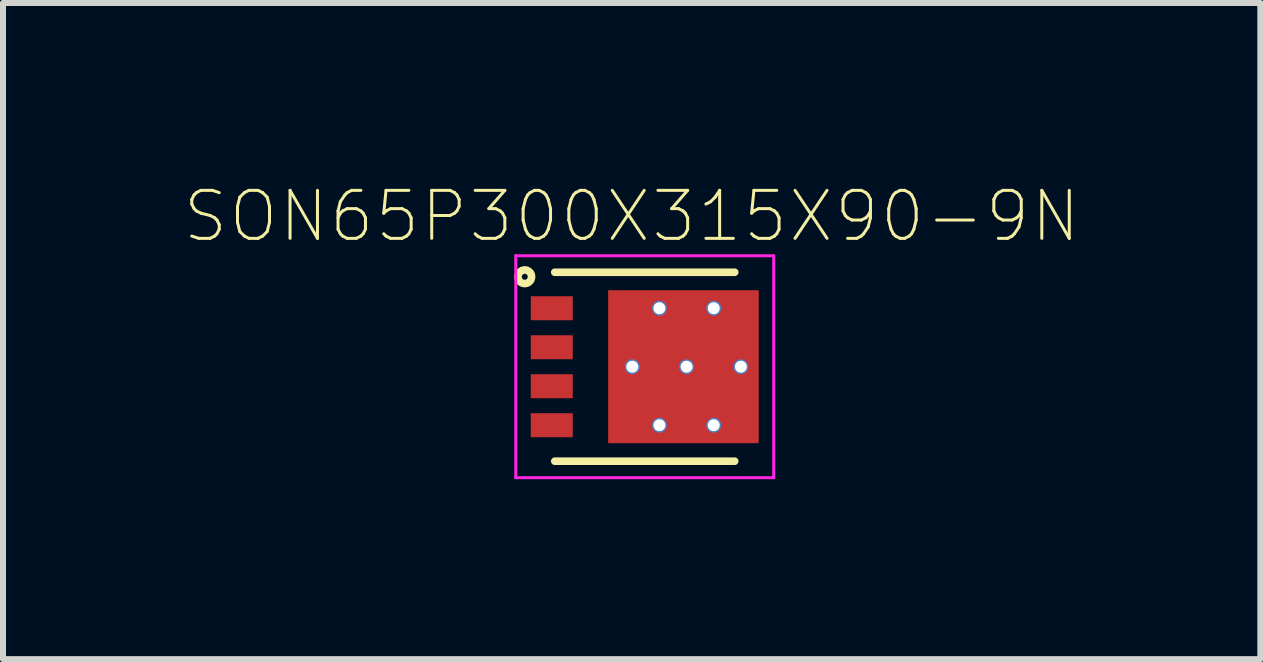
<source format=kicad_pcb>
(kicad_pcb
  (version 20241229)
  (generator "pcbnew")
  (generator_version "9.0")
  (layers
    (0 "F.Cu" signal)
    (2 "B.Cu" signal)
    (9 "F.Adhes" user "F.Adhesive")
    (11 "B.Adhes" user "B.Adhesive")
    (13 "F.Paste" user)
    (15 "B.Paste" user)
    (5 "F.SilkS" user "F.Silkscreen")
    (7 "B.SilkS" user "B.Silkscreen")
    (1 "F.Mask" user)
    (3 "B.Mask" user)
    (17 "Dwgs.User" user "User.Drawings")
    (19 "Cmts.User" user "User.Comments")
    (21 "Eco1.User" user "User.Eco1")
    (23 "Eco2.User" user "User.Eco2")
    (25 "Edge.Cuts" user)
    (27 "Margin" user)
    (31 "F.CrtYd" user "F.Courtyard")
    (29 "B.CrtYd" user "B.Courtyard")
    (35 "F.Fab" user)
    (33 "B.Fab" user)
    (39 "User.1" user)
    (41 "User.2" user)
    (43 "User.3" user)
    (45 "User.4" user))
  (footprint "SON65P300X315X90-9N"
    (layer "F.Cu")
    (at 7.699 3.064)
    (property "Reference" "SON65P300X315X90-9N" (at -0.218 -2.508 0) (layer "F.SilkS") (effects (font (size 0.8 0.8) (thickness 0.05))))
    (attr through_hole)
    (fp_poly (pts (xy -1.853 0.825) (xy -1.25 0.825) (xy -1.25 1.127) (xy -1.853 1.127)) (stroke (width 0) (type solid)) (fill yes) (layer "F.Mask"))
    (fp_poly (pts (xy -1.853 0.175) (xy -1.25 0.175) (xy -1.25 0.476) (xy -1.853 0.476)) (stroke (width 0) (type solid)) (fill yes) (layer "F.Mask"))
    (fp_poly (pts (xy -1.852 -1.125) (xy -1.25 -1.125) (xy -1.25 -0.826) (xy -1.852 -0.826)) (stroke (width 0) (type solid)) (fill yes) (layer "F.Mask"))
    (fp_poly (pts (xy -1.851 -0.475) (xy -1.25 -0.475) (xy -1.25 -0.175) (xy -1.851 -0.175)) (stroke (width 0) (type solid)) (fill yes) (layer "F.Mask"))
    (fp_poly (pts (xy -0.56 -1.225) (xy 1.215 -1.225) (xy 1.215 1.225) (xy -0.56 1.225)) (stroke (width 0) (type solid)) (fill yes) (layer "F.Mask"))
    (fp_poly (pts (xy 1.217 -1.125) (xy 1.85 -1.125) (xy 1.85 -0.826) (xy 1.217 -0.826)) (stroke (width 0) (type solid)) (fill yes) (layer "F.Mask"))
    (fp_poly (pts (xy 1.217 0.825) (xy 1.85 0.825) (xy 1.85 1.127) (xy 1.217 1.127)) (stroke (width 0) (type solid)) (fill yes) (layer "F.Mask"))
    (fp_poly (pts (xy 1.217 -0.475) (xy 1.85 -0.475) (xy 1.85 -0.175) (xy 1.217 -0.175)) (stroke (width 0) (type solid)) (fill yes) (layer "F.Mask"))
    (fp_poly (pts (xy 1.217 0.175) (xy 1.85 0.175) (xy 1.85 0.476) (xy 1.217 0.476)) (stroke (width 0) (type solid)) (fill yes) (layer "F.Mask"))
    (fp_line (start -1.5 -1.575) (end 1.5 -1.575) (stroke (width 0.127) (type solid)) (layer "F.SilkS"))
    (fp_line (start 1.5 1.575) (end -1.5 1.575) (stroke (width 0.127) (type solid)) (layer "F.SilkS"))
    (fp_circle (center -2 -1.5) (end -1.95 -1.5) (stroke (width 0.127) (type solid)) (fill no) (layer "F.SilkS"))
    (fp_poly (pts (xy -1.853 -0.475) (xy -1.25 -0.475) (xy -1.25 -0.175) (xy -1.853 -0.175)) (stroke (width 0) (type solid)) (fill yes) (layer "F.Paste"))
    (fp_poly (pts (xy -1.852 0.825) (xy -1.25 0.825) (xy -1.25 1.126) (xy -1.852 1.126)) (stroke (width 0) (type solid)) (fill yes) (layer "F.Paste"))
    (fp_poly (pts (xy -1.852 -1.125) (xy -1.25 -1.125) (xy -1.25 -0.826) (xy -1.852 -0.826)) (stroke (width 0) (type solid)) (fill yes) (layer "F.Paste"))
    (fp_poly (pts (xy -1.852 0.175) (xy -1.25 0.175) (xy -1.25 0.475) (xy -1.852 0.475)) (stroke (width 0) (type solid)) (fill yes) (layer "F.Paste"))
    (fp_poly (pts (xy -0.561 -1.226) (xy 0.144 -1.226) (xy 0.144 -0.101) (xy -0.561 -0.101)) (stroke (width 0) (type solid)) (fill yes) (layer "F.Paste"))
    (fp_poly (pts (xy -0.561 0.101) (xy 0.144 0.101) (xy 0.144 1.226) (xy -0.561 1.226)) (stroke (width 0) (type solid)) (fill yes) (layer "F.Paste"))
    (fp_poly (pts (xy 0.345 -1.226) (xy 1.05 -1.226) (xy 1.05 -0.101) (xy 0.345 -0.101)) (stroke (width 0) (type solid)) (fill yes) (layer "F.Paste"))
    (fp_poly (pts (xy 0.345 0.101) (xy 1.05 0.101) (xy 1.05 1.228) (xy 0.345 1.228)) (stroke (width 0) (type solid)) (fill yes) (layer "F.Paste"))
    (fp_poly (pts (xy 1.251 -0.475) (xy 1.85 -0.475) (xy 1.85 -0.175) (xy 1.251 -0.175)) (stroke (width 0) (type solid)) (fill yes) (layer "F.Paste"))
    (fp_poly (pts (xy 1.251 0.825) (xy 1.85 0.825) (xy 1.85 1.126) (xy 1.251 1.126)) (stroke (width 0) (type solid)) (fill yes) (layer "F.Paste"))
    (fp_poly (pts (xy 1.252 0.175) (xy 1.85 0.175) (xy 1.85 0.476) (xy 1.252 0.476)) (stroke (width 0) (type solid)) (fill yes) (layer "F.Paste"))
    (fp_poly (pts (xy 1.252 -1.125) (xy 1.85 -1.125) (xy 1.85 -0.826) (xy 1.252 -0.826)) (stroke (width 0) (type solid)) (fill yes) (layer "F.Paste"))
    (fp_line (start -1.5 1.575) (end -1.5 -1.575) (stroke (width 0.127) (type solid)) (layer "Eco2.User"))
    (fp_line (start 1.5 -1.575) (end 1.5 1.575) (stroke (width 0.127) (type solid)) (layer "Eco2.User"))
    (fp_line (start -2.15 -1.85) (end 2.15 -1.85) (stroke (width 0.05) (type solid)) (layer "F.CrtYd"))
    (fp_line (start -2.15 1.85) (end -2.15 -1.85) (stroke (width 0.05) (type solid)) (layer "F.CrtYd"))
    (fp_line (start 2.15 -1.85) (end 2.15 1.85) (stroke (width 0.05) (type solid)) (layer "F.CrtYd"))
    (fp_line (start 2.15 1.85) (end -2.15 1.85) (stroke (width 0.05) (type solid)) (layer "F.CrtYd"))
    (pad "1" smd rect (at -1.55 -0.975) (size 0.7 0.4) (layers "F.Cu" "F.Mask" "F.Paste"))
    (pad "2" smd rect (at -1.55 -0.325) (size 0.7 0.4) (layers "F.Cu" "F.Mask" "F.Paste"))
    (pad "3" smd rect (at -1.55 0.325) (size 0.7 0.4) (layers "F.Cu" "F.Mask" "F.Paste"))
    (pad "4" smd rect (at -1.55 0.975) (size 0.7 0.4) (layers "F.Cu" "F.Mask" "F.Paste"))
    (pad "59" smd rect (at 0.645 0) (size 2.51 2.55) (layers "F.Cu" "F.Mask" "F.Paste"))
    (pad "P$6" thru_hole circle (at -0.207 0) (size 0.25 0.25) (drill 0.2) (layers "*.Cu" "*.Mask"))
    (pad "P$7" thru_hole circle (at 0.698 0) (size 0.25 0.25) (drill 0.2) (layers "*.Cu" "*.Mask"))
    (pad "P$8" thru_hole circle (at 1.603 0) (size 0.25 0.25) (drill 0.2) (layers "*.Cu" "*.Mask"))
    (pad "P$9" thru_hole circle (at 1.15 -0.975) (size 0.25 0.25) (drill 0.2) (layers "*.Cu" "*.Mask"))
    (pad "P$10" thru_hole circle (at 0.245 -0.975) (size 0.25 0.25) (drill 0.2) (layers "*.Cu" "*.Mask"))
    (pad "P$11" thru_hole circle (at 0.245 0.975) (size 0.25 0.25) (drill 0.2) (layers "*.Cu" "*.Mask"))
    (pad "P$12" thru_hole circle (at 1.15 0.975) (size 0.25 0.25) (drill 0.2) (layers "*.Cu" "*.Mask")))
  (gr_rect
    (start -3 -3)
    (end 17.962 7.939)
    (stroke (width 0.1) (type default))
    (fill no)
    (layer "Edge.Cuts")))
</source>
